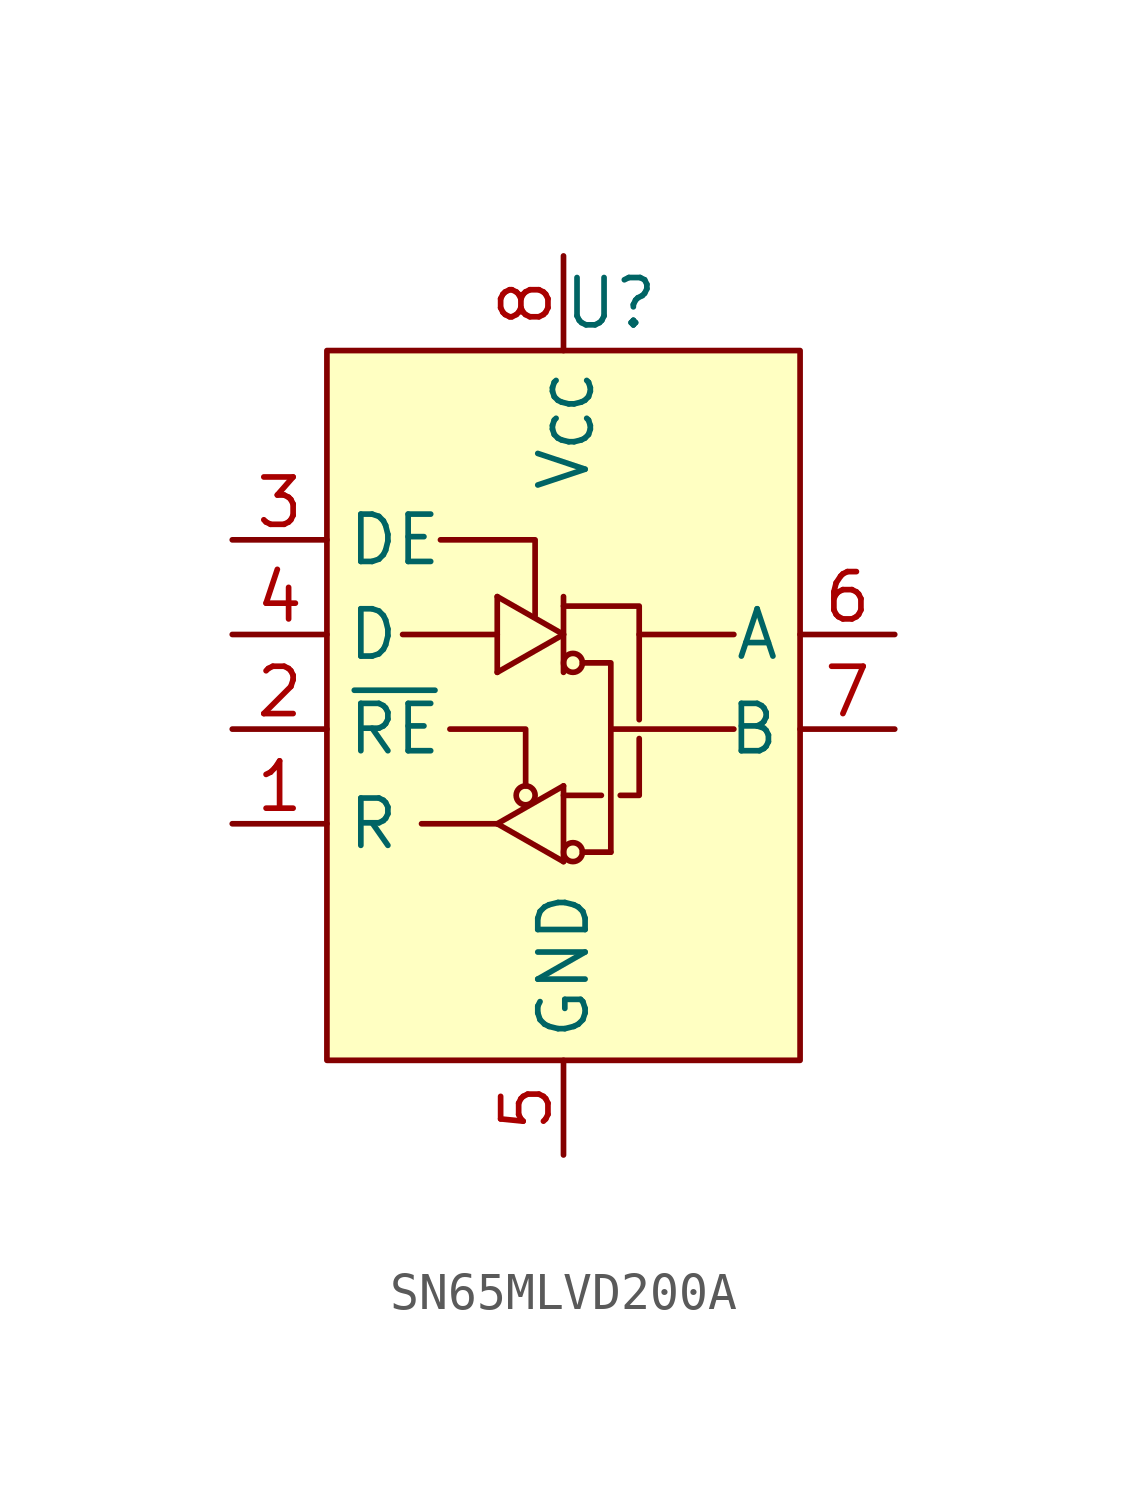
<source format=kicad_sym>
(kicad_symbol_lib
  (version 20220914)
  (generator kicad_symbol_editor)
  (symbol "SN65MLVD200A"
    (property "Reference" "U"
      (at 1.27 10.16 0)
      (effects (font (size 1.27 1.27))))
    (property "Value" ""
      (at 0 -2.286 0)
      (effects (font (size 1.27 1.27))))
    (symbol "SN65MLVD200A_0_1"
      (circle (center -1.016 -3.048) (radius 0.254) (stroke (width 0) (type default)) (fill (type none)))
      (polyline (pts (xy -1.778 -3.81) (xy -3.81 -3.81)) (stroke (width 0) (type default)) (fill (type none)))
      (polyline (pts (xy -1.778 -3.81) (xy 0 -4.826)) (stroke (width 0) (type default)) (fill (type none)))
      (polyline (pts (xy -1.778 -3.81) (xy 0 -2.794)) (stroke (width 0) (type default)) (fill (type none)))
      (polyline (pts (xy -1.778 1.27) (xy -4.318 1.27)) (stroke (width 0) (type default)) (fill (type none)))
      (polyline (pts (xy -1.778 2.286) (xy -1.778 0.254)) (stroke (width 0) (type default)) (fill (type none)))
      (polyline (pts (xy 0 -2.794) (xy 0 -4.826)) (stroke (width 0) (type default)) (fill (type none)))
      (polyline (pts (xy 0 1.27) (xy -1.778 0.254)) (stroke (width 0) (type default)) (fill (type none)))
      (polyline (pts (xy 0 1.27) (xy -1.778 2.286)) (stroke (width 0) (type default)) (fill (type none)))
      (polyline (pts (xy 0 2.286) (xy 0 0.254)) (stroke (width 0) (type default)) (fill (type none)))
      (polyline (pts (xy 0.508 -4.572) (xy 1.27 -4.572)) (stroke (width 0) (type default)) (fill (type none)))
      (polyline (pts (xy 1.016 -3.048) (xy 0 -3.048)) (stroke (width 0) (type default)) (fill (type none)))
      (polyline (pts (xy 4.572 -1.27) (xy 1.27 -1.27)) (stroke (width 0) (type default)) (fill (type none)))
      (polyline (pts (xy 4.572 1.27) (xy 2.032 1.27)) (stroke (width 0) (type default)) (fill (type none)))
      (polyline (pts (xy -1.016 -2.794) (xy -1.016 -1.27) (xy -3.048 -1.27)) (stroke (width 0) (type default)) (fill (type none)))
      (polyline (pts (xy -0.762 1.778) (xy -0.762 3.81) (xy -3.302 3.81)) (stroke (width 0) (type default)) (fill (type none)))
      (polyline (pts (xy 0 2.032) (xy 2.032 2.032) (xy 2.032 -1.016)) (stroke (width 0) (type default)) (fill (type none)))
      (polyline (pts (xy 1.27 -4.572) (xy 1.27 0.508) (xy 0.508 0.508)) (stroke (width 0) (type default)) (fill (type none)))
      (polyline (pts (xy 2.032 -1.524) (xy 2.032 -3.048) (xy 1.524 -3.048)) (stroke (width 0) (type default)) (fill (type none)))
      (circle (center 0.254 -4.572) (radius 0.254) (stroke (width 0) (type default)) (fill (type none)))
      (circle (center 0.254 0.508) (radius 0.254) (stroke (width 0) (type default)) (fill (type none))))
    (symbol "SN65MLVD200A_1_1"
      (rectangle (start -6.35 8.89) (end 6.35 -10.16) (stroke (width 0) (type default)) (fill (type background)))
      (pin output line (at -8.89 -3.81 0) (length 2.54) (name "R" (effects (font (size 1.27 1.27)))) (number "1" (effects (font (size 1.27 1.27)))))
      (pin input line (at -8.89 -1.27 0) (length 2.54) (name "~{RE}" (effects (font (size 1.27 1.27)))) (number "2" (effects (font (size 1.27 1.27)))))
      (pin input line (at -8.89 3.81 0) (length 2.54) (name "DE" (effects (font (size 1.27 1.27)))) (number "3" (effects (font (size 1.27 1.27)))))
      (pin input line (at -8.89 1.27 0) (length 2.54) (name "D" (effects (font (size 1.27 1.27)))) (number "4" (effects (font (size 1.27 1.27)))))
      (pin power_in line (at 0 -12.7 90) (length 2.54) (name "GND" (effects (font (size 1.27 1.27)))) (number "5" (effects (font (size 1.27 1.27)))))
      (pin bidirectional line (at 8.89 1.27 180) (length 2.54) (name "A" (effects (font (size 1.27 1.27)))) (number "6" (effects (font (size 1.27 1.27)))))
      (pin bidirectional line (at 8.89 -1.27 180) (length 2.54) (name "B" (effects (font (size 1.27 1.27)))) (number "7" (effects (font (size 1.27 1.27)))))
      (pin power_in line (at 0 11.43 270) (length 2.54) (name "V_{CC}" (effects (font (size 1.27 1.27)))) (number "8" (effects (font (size 1.27 1.27))))))))
</source>
